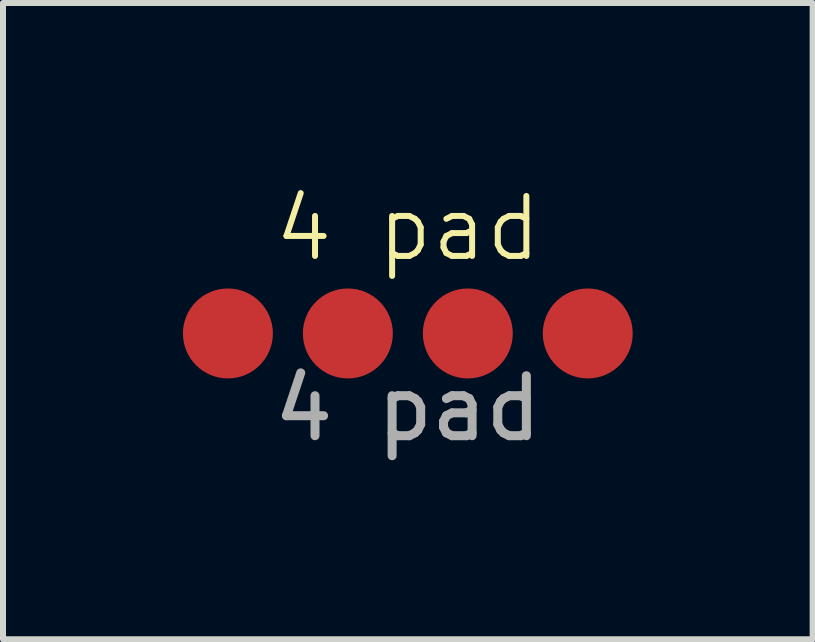
<source format=kicad_pcb>
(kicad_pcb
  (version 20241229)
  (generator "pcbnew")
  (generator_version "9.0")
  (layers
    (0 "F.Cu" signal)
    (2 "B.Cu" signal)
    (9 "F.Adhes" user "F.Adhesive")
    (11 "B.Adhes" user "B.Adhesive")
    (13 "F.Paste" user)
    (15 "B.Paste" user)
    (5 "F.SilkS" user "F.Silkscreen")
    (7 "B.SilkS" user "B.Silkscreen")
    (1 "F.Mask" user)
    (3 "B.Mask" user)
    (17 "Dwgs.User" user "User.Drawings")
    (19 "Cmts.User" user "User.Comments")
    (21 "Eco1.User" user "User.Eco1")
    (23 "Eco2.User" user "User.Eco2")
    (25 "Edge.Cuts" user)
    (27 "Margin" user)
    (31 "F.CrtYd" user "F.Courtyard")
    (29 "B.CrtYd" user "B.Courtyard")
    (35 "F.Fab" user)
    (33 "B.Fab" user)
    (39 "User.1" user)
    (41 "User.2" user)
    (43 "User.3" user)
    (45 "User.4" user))
  (footprint "4 pad"
    (layer "F.Cu")
    (at 3.75 2.51)
    (property "Reference" "4 pad" (at 0 -1.75 0) (unlocked yes) (layer "F.SilkS") (effects (font (size 1 1) (thickness 0.1))))
    (attr smd)
    (fp_text user "${REFERENCE}" (at 0 1.25 0) (unlocked yes) (layer "F.Fab") (effects (font (size 1 1) (thickness 0.15))))
    (pad "1" smd circle (at -3 0) (size 1.5 1.5) (layers "F.Cu" "F.Mask" "F.Paste"))
    (pad "2" smd circle (at -1 0) (size 1.5 1.5) (layers "F.Cu" "F.Mask" "F.Paste"))
    (pad "3" smd circle (at 1 0) (size 1.5 1.5) (layers "F.Cu" "F.Mask" "F.Paste"))
    (pad "4" smd circle (at 3 0) (size 1.5 1.5) (layers "F.Cu" "F.Mask" "F.Paste")))
  (gr_rect
    (start -3 -3)
    (end 10.5 7.609)
    (stroke (width 0.1) (type default))
    (fill no)
    (layer "Edge.Cuts")))
</source>
